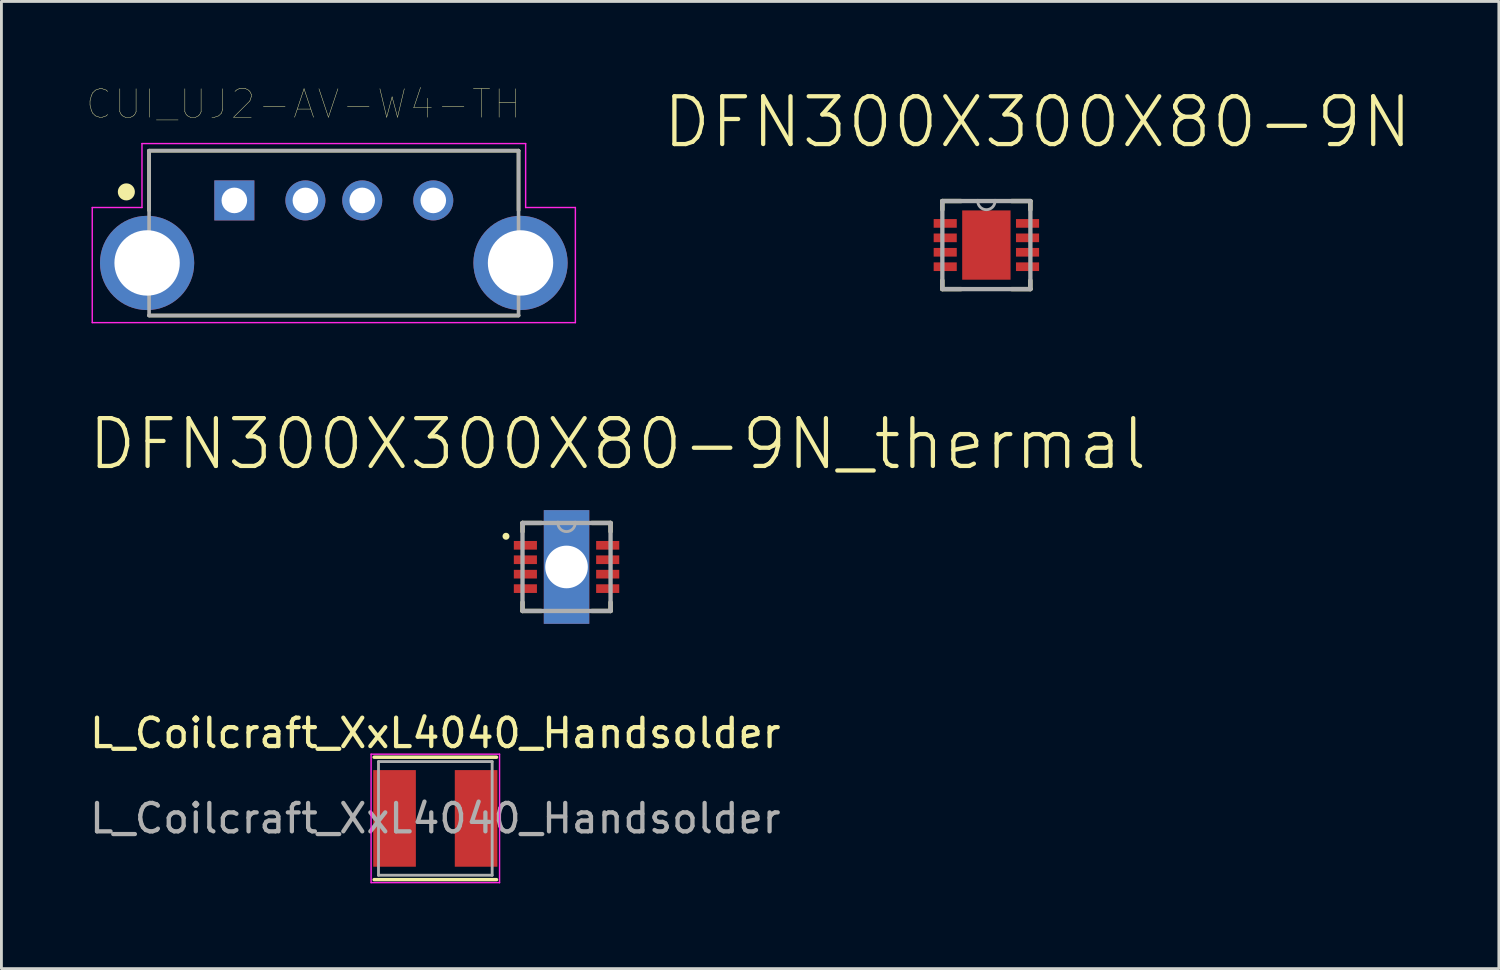
<source format=kicad_pcb>
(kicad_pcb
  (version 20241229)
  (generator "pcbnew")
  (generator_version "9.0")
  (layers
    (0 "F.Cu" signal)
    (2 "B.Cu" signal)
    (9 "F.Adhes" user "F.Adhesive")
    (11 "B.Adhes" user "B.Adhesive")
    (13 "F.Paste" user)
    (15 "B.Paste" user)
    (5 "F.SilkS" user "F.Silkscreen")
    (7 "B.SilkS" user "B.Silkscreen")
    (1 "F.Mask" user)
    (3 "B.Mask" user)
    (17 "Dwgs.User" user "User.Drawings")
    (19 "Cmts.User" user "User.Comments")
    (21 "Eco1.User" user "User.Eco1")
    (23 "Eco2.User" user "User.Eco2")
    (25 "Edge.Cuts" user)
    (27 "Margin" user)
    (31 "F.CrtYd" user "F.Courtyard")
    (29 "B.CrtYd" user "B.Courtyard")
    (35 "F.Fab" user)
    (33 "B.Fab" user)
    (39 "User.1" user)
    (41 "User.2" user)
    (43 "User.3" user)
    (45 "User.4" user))
  (footprint "L_Coilcraft_XxL4040_Handsolder"
    (layer "F.Cu")
    (at 12.268 25.748)
    (property "Reference" "L_Coilcraft_XxL4040_Handsolder" (at 0 -3 0) (layer "F.SilkS") (effects (font (size 1 1) (thickness 0.15))))
    (attr smd)
    (fp_line (start -2.154 -2.154) (end 2.154 -2.154) (stroke (width 0.12) (type solid)) (layer "F.SilkS"))
    (fp_line (start 2.154 2.154) (end -2.154 2.154) (stroke (width 0.12) (type solid)) (layer "F.SilkS"))
    (fp_line (start -2.26 -2.26) (end 2.26 -2.26) (stroke (width 0.05) (type solid)) (layer "F.CrtYd"))
    (fp_line (start -2.26 2.26) (end -2.26 -2.26) (stroke (width 0.05) (type solid)) (layer "F.CrtYd"))
    (fp_line (start 2.26 -2.26) (end 2.26 2.26) (stroke (width 0.05) (type solid)) (layer "F.CrtYd"))
    (fp_line (start 2.26 2.26) (end -2.26 2.26) (stroke (width 0.05) (type solid)) (layer "F.CrtYd"))
    (fp_line (start -2 -2) (end 2 -2) (stroke (width 0.1) (type solid)) (layer "F.Fab"))
    (fp_line (start -2 2) (end -2 -2) (stroke (width 0.1) (type solid)) (layer "F.Fab"))
    (fp_line (start 2 -2) (end 2 2) (stroke (width 0.1) (type solid)) (layer "F.Fab"))
    (fp_line (start 2 2) (end -2 2) (stroke (width 0.1) (type solid)) (layer "F.Fab"))
    (fp_text user "${REFERENCE}" (at 0 0 0) (layer "F.Fab") (effects (font (size 1 1) (thickness 0.15))))
    (pad "1" smd rect (at -1.185 0) (size 1.5 3.4) (drill (offset -0.25 0)) (layers "F.Cu" "F.Mask" "F.Paste"))
    (pad "2" smd rect (at 1.185 0) (size 1.5 3.4) (drill (offset 0.25 0)) (layers "F.Cu" "F.Mask" "F.Paste")))
  (footprint "CUI_UJ2-AV-W4-TH"
    (layer "F.Cu")
    (at 5.196 4.002)
    (property "Reference" "CUI_UJ2-AV-W4-TH" (at 2.429 -3.39 0) (layer "F.SilkS") (effects (font (size 1.001 1.001) (thickness 0.015))))
    (attr through_hole)
    (fp_line (start -3 -1.75) (end -3 0.35) (stroke (width 0.127) (type solid)) (layer "F.SilkS"))
    (fp_line (start -3 4.05) (end 10 4.05) (stroke (width 0.127) (type solid)) (layer "F.SilkS"))
    (fp_line (start 10 -1.75) (end -3 -1.75) (stroke (width 0.127) (type solid)) (layer "F.SilkS"))
    (fp_line (start 10 -1.75) (end 10 0.35) (stroke (width 0.127) (type solid)) (layer "F.SilkS"))
    (fp_circle (center -3.8 -0.3) (end -3.65 -0.3) (stroke (width 0.3) (type solid)) (fill no) (layer "F.SilkS"))
    (fp_line (start -5 0.25) (end -3.25 0.25) (stroke (width 0.05) (type solid)) (layer "F.CrtYd"))
    (fp_line (start -5 4.3) (end -5 0.25) (stroke (width 0.05) (type solid)) (layer "F.CrtYd"))
    (fp_line (start -3.25 -2) (end 10.25 -2) (stroke (width 0.05) (type solid)) (layer "F.CrtYd"))
    (fp_line (start -3.25 0.25) (end -3.25 -2) (stroke (width 0.05) (type solid)) (layer "F.CrtYd"))
    (fp_line (start 10.25 -2) (end 10.25 0.25) (stroke (width 0.05) (type solid)) (layer "F.CrtYd"))
    (fp_line (start 10.25 0.25) (end 12 0.25) (stroke (width 0.05) (type solid)) (layer "F.CrtYd"))
    (fp_line (start 12 0.25) (end 12 4.3) (stroke (width 0.05) (type solid)) (layer "F.CrtYd"))
    (fp_line (start 12 4.3) (end -5 4.3) (stroke (width 0.05) (type solid)) (layer "F.CrtYd"))
    (fp_line (start -3 -1.75) (end 10 -1.75) (stroke (width 0.127) (type solid)) (layer "F.Fab"))
    (fp_line (start -3 4.05) (end -3 -1.75) (stroke (width 0.127) (type solid)) (layer "F.Fab"))
    (fp_line (start 10 -1.75) (end 10 4.05) (stroke (width 0.127) (type solid)) (layer "F.Fab"))
    (fp_line (start 10 4.05) (end -3 4.05) (stroke (width 0.127) (type solid)) (layer "F.Fab"))
    (fp_circle (center 0 -0.05) (end 0.15 -0.05) (stroke (width 0.3) (type solid)) (fill no) (layer "F.Fab"))
    (pad "1" thru_hole rect (at 0 0) (size 1.408 1.408) (drill 0.9) (layers "*.Cu" "*.Mask"))
    (pad "2" thru_hole circle (at 2.5 0) (size 1.408 1.408) (drill 0.9) (layers "*.Cu" "*.Mask"))
    (pad "3" thru_hole circle (at 4.5 0) (size 1.408 1.408) (drill 0.9) (layers "*.Cu" "*.Mask"))
    (pad "4" thru_hole circle (at 7 0) (size 1.408 1.408) (drill 0.9) (layers "*.Cu" "*.Mask"))
    (pad "SH1" thru_hole circle (at -3.07 2.2) (size 3.316 3.316) (drill 2.3) (layers "*.Cu" "*.Mask"))
    (pad "SH2" thru_hole circle (at 10.07 2.2) (size 3.316 3.316) (drill 2.3) (layers "*.Cu" "*.Mask")))
  (footprint "DFN300X300X80-9N"
    (layer "F.Cu")
    (at 31.658 5.573)
    (property "Reference" "DFN300X300X80-9N" (at 1.798 -4.325 0) (layer "F.SilkS") (effects (font (size 1.682 1.682) (thickness 0.15))))
    (attr through_hole)
    (fp_line (start -1.549 -1.549) (end -1.549 -1.245) (stroke (width 0.152) (type solid)) (layer "F.SilkS"))
    (fp_line (start -1.549 1.245) (end -1.549 1.549) (stroke (width 0.152) (type solid)) (layer "F.SilkS"))
    (fp_line (start -1.549 1.549) (end -0.889 1.549) (stroke (width 0.152) (type solid)) (layer "F.SilkS"))
    (fp_line (start -0.889 -1.549) (end -1.549 -1.549) (stroke (width 0.152) (type solid)) (layer "F.SilkS"))
    (fp_line (start 0.889 1.549) (end 1.549 1.549) (stroke (width 0.152) (type solid)) (layer "F.SilkS"))
    (fp_line (start 1.549 -1.549) (end 0.889 -1.549) (stroke (width 0.152) (type solid)) (layer "F.SilkS"))
    (fp_line (start 1.549 -1.245) (end 1.549 -1.549) (stroke (width 0.152) (type solid)) (layer "F.SilkS"))
    (fp_line (start 1.549 1.549) (end 1.549 1.245) (stroke (width 0.152) (type solid)) (layer "F.SilkS"))
    (fp_line (start -1.549 -1.549) (end -1.549 1.549) (stroke (width 0.152) (type solid)) (layer "F.Fab"))
    (fp_line (start -1.549 1.549) (end 1.549 1.549) (stroke (width 0.152) (type solid)) (layer "F.Fab"))
    (fp_line (start -0.305 -1.549) (end -1.549 -1.549) (stroke (width 0.152) (type solid)) (layer "F.Fab"))
    (fp_line (start 0.305 -1.549) (end -0.305 -1.549) (stroke (width 0.152) (type solid)) (layer "F.Fab"))
    (fp_line (start 1.549 -1.549) (end 0.305 -1.549) (stroke (width 0.152) (type solid)) (layer "F.Fab"))
    (fp_line (start 1.549 1.549) (end 1.549 -1.549) (stroke (width 0.152) (type solid)) (layer "F.Fab"))
    (fp_arc (start 0.3048 -1.5494) (mid 0 -1.2446) (end -0.3048 -1.5494) (stroke (width 0.1) (type solid)) (layer "F.Fab"))
    (pad "1" smd rect (at -1.448 -0.762) (size 0.813 0.305) (layers "F.Cu" "F.Mask" "F.Paste"))
    (pad "2" smd rect (at -1.448 -0.254) (size 0.813 0.305) (layers "F.Cu" "F.Mask" "F.Paste"))
    (pad "3" smd rect (at -1.448 0.254) (size 0.813 0.305) (layers "F.Cu" "F.Mask" "F.Paste"))
    (pad "4" smd rect (at -1.448 0.762) (size 0.813 0.305) (layers "F.Cu" "F.Mask" "F.Paste"))
    (pad "5" smd rect (at 1.448 0.762) (size 0.813 0.305) (layers "F.Cu" "F.Mask" "F.Paste"))
    (pad "6" smd rect (at 1.448 0.254) (size 0.813 0.305) (layers "F.Cu" "F.Mask" "F.Paste"))
    (pad "7" smd rect (at 1.448 -0.254) (size 0.813 0.305) (layers "F.Cu" "F.Mask" "F.Paste"))
    (pad "8" smd rect (at 1.448 -0.762) (size 0.813 0.305) (layers "F.Cu" "F.Mask" "F.Paste"))
    (pad "9" smd rect (at 0 0) (size 1.702 2.438) (layers "F.Cu" "F.Mask" "F.Paste")))
  (footprint "DFN300X300X80-9N_thermal"
    (layer "F.Cu")
    (at 16.885 16.9)
    (property "Reference" "DFN300X300X80-9N_thermal" (at 1.798 -4.325 0) (layer "F.SilkS") (effects (font (size 1.682 1.682) (thickness 0.15))))
    (attr through_hole)
    (fp_line (start -1.549 -1.549) (end -1.549 -1.245) (stroke (width 0.152) (type solid)) (layer "F.SilkS"))
    (fp_line (start -1.549 1.245) (end -1.549 1.549) (stroke (width 0.152) (type solid)) (layer "F.SilkS"))
    (fp_line (start -1.549 1.549) (end -0.889 1.549) (stroke (width 0.152) (type solid)) (layer "F.SilkS"))
    (fp_line (start -0.889 -1.549) (end -1.549 -1.549) (stroke (width 0.152) (type solid)) (layer "F.SilkS"))
    (fp_line (start 0.889 1.549) (end 1.549 1.549) (stroke (width 0.152) (type solid)) (layer "F.SilkS"))
    (fp_line (start 1.549 -1.549) (end 0.889 -1.549) (stroke (width 0.152) (type solid)) (layer "F.SilkS"))
    (fp_line (start 1.549 -1.245) (end 1.549 -1.549) (stroke (width 0.152) (type solid)) (layer "F.SilkS"))
    (fp_line (start 1.549 1.549) (end 1.549 1.245) (stroke (width 0.152) (type solid)) (layer "F.SilkS"))
    (fp_circle (center -2.13 -1.08) (end -2.07 -1.1) (stroke (width 0.12) (type solid)) (fill no) (layer "F.SilkS"))
    (fp_line (start -1.549 -1.549) (end -1.549 1.549) (stroke (width 0.152) (type solid)) (layer "F.Fab"))
    (fp_line (start -1.549 1.549) (end 1.549 1.549) (stroke (width 0.152) (type solid)) (layer "F.Fab"))
    (fp_line (start -0.305 -1.549) (end -1.549 -1.549) (stroke (width 0.152) (type solid)) (layer "F.Fab"))
    (fp_line (start 0.305 -1.549) (end -0.305 -1.549) (stroke (width 0.152) (type solid)) (layer "F.Fab"))
    (fp_line (start 1.549 -1.549) (end 0.305 -1.549) (stroke (width 0.152) (type solid)) (layer "F.Fab"))
    (fp_line (start 1.549 1.549) (end 1.549 -1.549) (stroke (width 0.152) (type solid)) (layer "F.Fab"))
    (fp_arc (start 0.3048 -1.5494) (mid 0 -1.2446) (end -0.3048 -1.5494) (stroke (width 0.1) (type solid)) (layer "F.Fab"))
    (pad "1" smd rect (at -1.448 -0.762) (size 0.813 0.305) (layers "F.Cu" "F.Mask" "F.Paste"))
    (pad "2" smd rect (at -1.448 -0.254) (size 0.813 0.305) (layers "F.Cu" "F.Mask" "F.Paste"))
    (pad "3" smd rect (at -1.448 0.254) (size 0.813 0.305) (layers "F.Cu" "F.Mask" "F.Paste"))
    (pad "4" smd rect (at -1.448 0.762) (size 0.813 0.305) (layers "F.Cu" "F.Mask" "F.Paste"))
    (pad "5" smd rect (at 1.448 0.762) (size 0.813 0.305) (layers "F.Cu" "F.Mask" "F.Paste"))
    (pad "6" smd rect (at 1.448 0.254) (size 0.813 0.305) (layers "F.Cu" "F.Mask" "F.Paste"))
    (pad "7" smd rect (at 1.448 -0.254) (size 0.813 0.305) (layers "F.Cu" "F.Mask" "F.Paste"))
    (pad "8" smd rect (at 1.448 -0.762) (size 0.813 0.305) (layers "F.Cu" "F.Mask" "F.Paste"))
    (pad "9" thru_hole rect (at 0 0) (size 1.6 4) (drill 1.5) (layers "F.Cu" "F.Mask")))
  (gr_rect
    (start -3 -3)
    (end 49.691 31.033)
    (stroke (width 0.1) (type default))
    (fill no)
    (layer "Edge.Cuts")))
</source>
